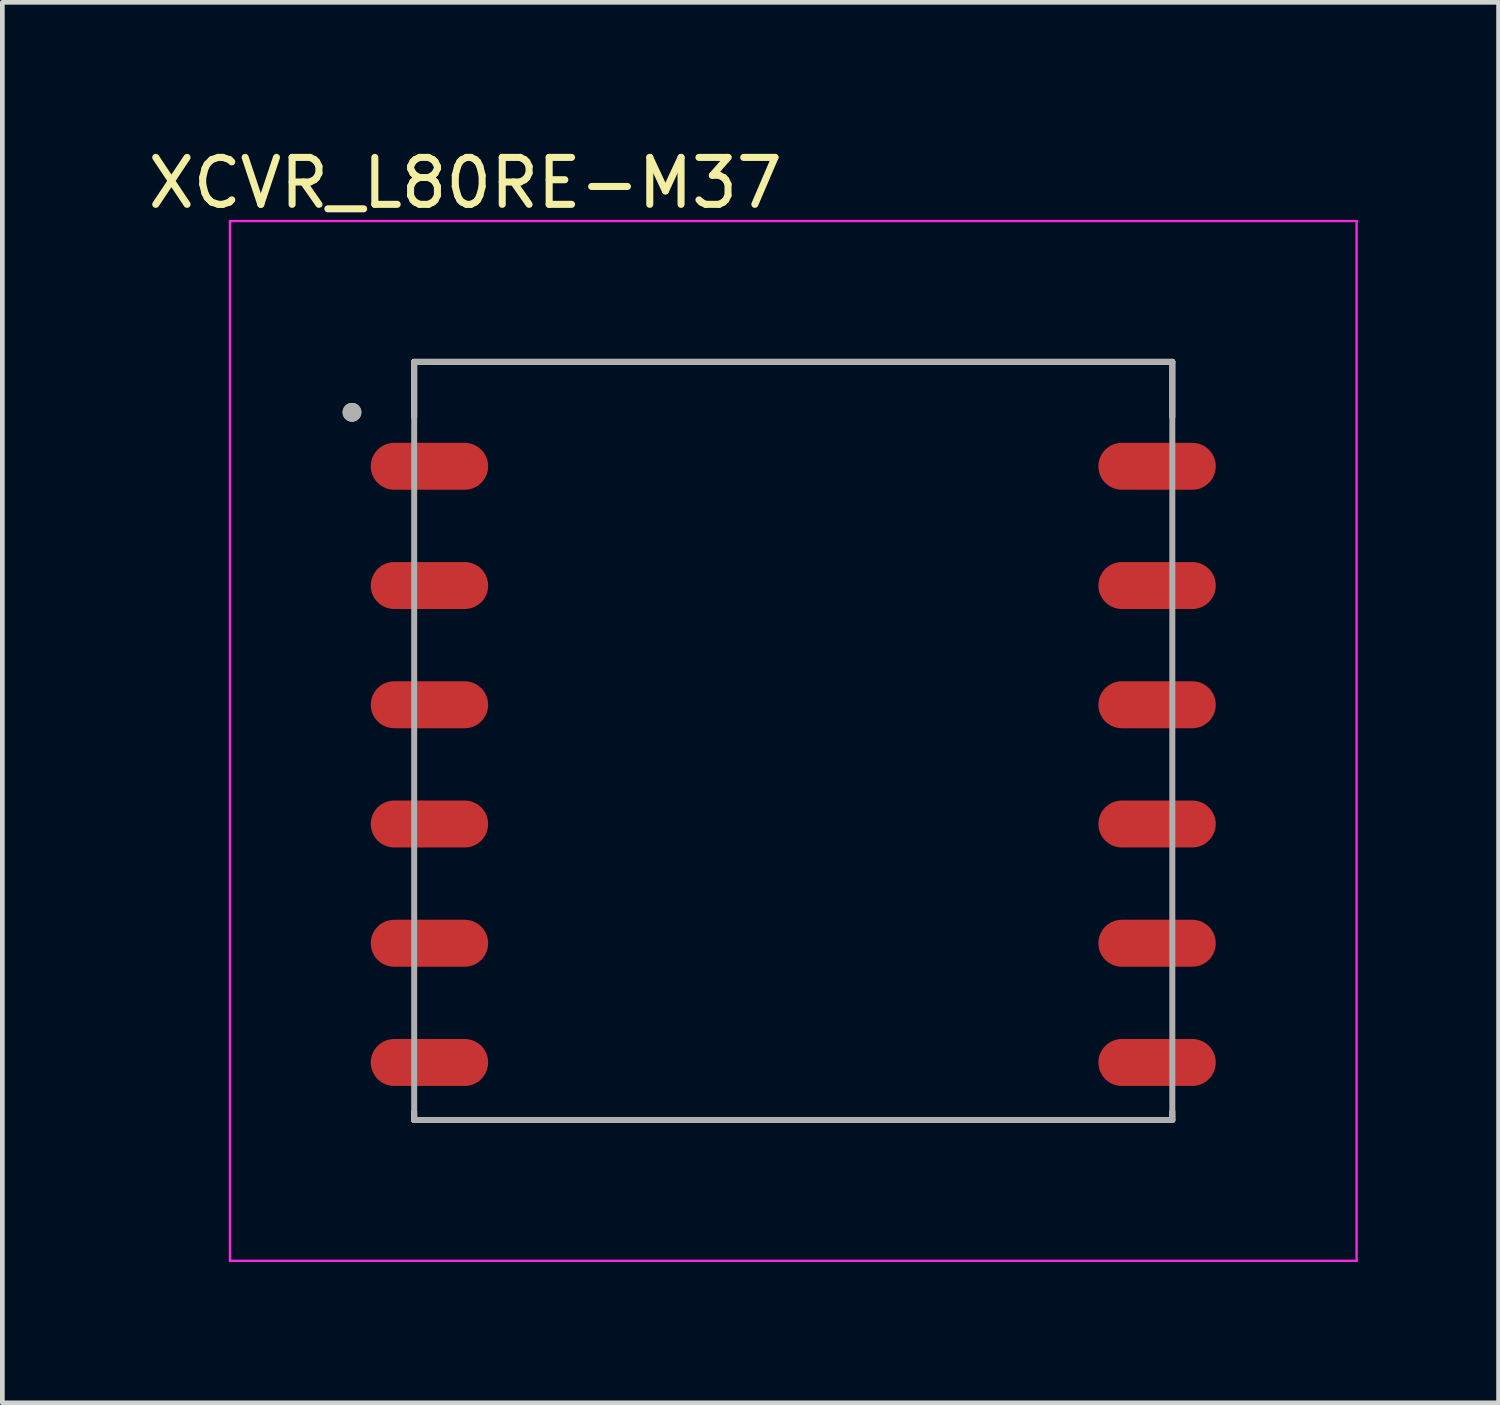
<source format=kicad_pcb>
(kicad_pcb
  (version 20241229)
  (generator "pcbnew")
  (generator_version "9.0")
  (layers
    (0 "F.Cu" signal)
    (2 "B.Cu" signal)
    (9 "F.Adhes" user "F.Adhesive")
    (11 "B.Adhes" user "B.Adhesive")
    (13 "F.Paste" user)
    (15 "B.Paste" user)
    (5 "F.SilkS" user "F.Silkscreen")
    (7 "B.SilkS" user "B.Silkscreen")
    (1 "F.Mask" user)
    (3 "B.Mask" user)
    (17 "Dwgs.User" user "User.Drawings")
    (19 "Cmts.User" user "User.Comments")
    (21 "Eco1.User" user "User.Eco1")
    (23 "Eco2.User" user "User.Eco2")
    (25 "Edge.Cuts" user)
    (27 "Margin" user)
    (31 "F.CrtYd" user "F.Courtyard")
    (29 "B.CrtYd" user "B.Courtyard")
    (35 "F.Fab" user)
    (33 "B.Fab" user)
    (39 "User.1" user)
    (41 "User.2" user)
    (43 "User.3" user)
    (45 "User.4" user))
  (footprint "XCVR_L80RE-M37"
    (layer "F.Cu")
    (at 13.848 13.233)
    (property "Reference" "XCVR_L80RE-M37" (at -6.985 -12.385 0) (layer "F.SilkS") (effects (font (size 1 1) (thickness 0.15))))
    (attr through_hole)
    (fp_line (start -8.075 -8.575) (end -8.075 -7.4) (stroke (width 0.127) (type solid)) (layer "F.SilkS"))
    (fp_line (start -8.075 -8.575) (end 8.075 -8.575) (stroke (width 0.127) (type solid)) (layer "F.SilkS"))
    (fp_line (start -8.075 7.575) (end -8.075 7.4) (stroke (width 0.127) (type solid)) (layer "F.SilkS"))
    (fp_line (start 8.075 -8.575) (end 8.075 -7.4) (stroke (width 0.127) (type solid)) (layer "F.SilkS"))
    (fp_line (start 8.075 7.575) (end -8.075 7.575) (stroke (width 0.127) (type solid)) (layer "F.SilkS"))
    (fp_line (start 8.075 7.575) (end 8.075 7.4) (stroke (width 0.127) (type solid)) (layer "F.SilkS"))
    (fp_circle (center -9.4 -7.5) (end -9.3 -7.5) (stroke (width 0.2) (type solid)) (fill no) (layer "F.SilkS"))
    (fp_poly (pts (xy -8 -6.85) (xy -7.1 -6.85) (xy -7.048 -6.847) (xy -6.996 -6.839) (xy -6.945 -6.826) (xy -6.897 -6.807) (xy -6.85 -6.783) (xy -6.806 -6.755) (xy -6.765 -6.722) (xy -6.728 -6.685) (xy -6.695 -6.644) (xy -6.667 -6.6) (xy -6.643 -6.553) (xy -6.624 -6.505) (xy -6.611 -6.454) (xy -6.603 -6.402) (xy -6.6 -6.35) (xy -6.603 -6.298) (xy -6.611 -6.246) (xy -6.624 -6.195) (xy -6.643 -6.147) (xy -6.667 -6.1) (xy -6.695 -6.056) (xy -6.728 -6.015) (xy -6.765 -5.978) (xy -6.806 -5.945) (xy -6.85 -5.917) (xy -6.897 -5.893) (xy -6.945 -5.874) (xy -6.996 -5.861) (xy -7.048 -5.853) (xy -7.1 -5.85) (xy -8.9 -5.85) (xy -8.952 -5.853) (xy -9.004 -5.861) (xy -9.055 -5.874) (xy -9.103 -5.893) (xy -9.15 -5.917) (xy -9.194 -5.945) (xy -9.235 -5.978) (xy -9.272 -6.015) (xy -9.305 -6.056) (xy -9.333 -6.1) (xy -9.357 -6.147) (xy -9.376 -6.195) (xy -9.389 -6.246) (xy -9.397 -6.298) (xy -9.4 -6.35) (xy -9.397 -6.402) (xy -9.389 -6.454) (xy -9.376 -6.505) (xy -9.357 -6.553) (xy -9.333 -6.6) (xy -9.305 -6.644) (xy -9.272 -6.685) (xy -9.235 -6.722) (xy -9.194 -6.755) (xy -9.15 -6.783) (xy -9.103 -6.807) (xy -9.055 -6.826) (xy -9.004 -6.839) (xy -8.952 -6.847) (xy -8.9 -6.85) (xy -8 -6.85)) (stroke (width 0.0001) (type solid)) (fill yes) (layer "F.Paste"))
    (fp_poly (pts (xy -8 -4.31) (xy -7.1 -4.31) (xy -7.048 -4.307) (xy -6.996 -4.299) (xy -6.945 -4.286) (xy -6.897 -4.267) (xy -6.85 -4.243) (xy -6.806 -4.215) (xy -6.765 -4.182) (xy -6.728 -4.145) (xy -6.695 -4.104) (xy -6.667 -4.06) (xy -6.643 -4.013) (xy -6.624 -3.965) (xy -6.611 -3.914) (xy -6.603 -3.862) (xy -6.6 -3.81) (xy -6.603 -3.758) (xy -6.611 -3.706) (xy -6.624 -3.655) (xy -6.643 -3.607) (xy -6.667 -3.56) (xy -6.695 -3.516) (xy -6.728 -3.475) (xy -6.765 -3.438) (xy -6.806 -3.405) (xy -6.85 -3.377) (xy -6.897 -3.353) (xy -6.945 -3.334) (xy -6.996 -3.321) (xy -7.048 -3.313) (xy -7.1 -3.31) (xy -8.9 -3.31) (xy -8.952 -3.313) (xy -9.004 -3.321) (xy -9.055 -3.334) (xy -9.103 -3.353) (xy -9.15 -3.377) (xy -9.194 -3.405) (xy -9.235 -3.438) (xy -9.272 -3.475) (xy -9.305 -3.516) (xy -9.333 -3.56) (xy -9.357 -3.607) (xy -9.376 -3.655) (xy -9.389 -3.706) (xy -9.397 -3.758) (xy -9.4 -3.81) (xy -9.397 -3.862) (xy -9.389 -3.914) (xy -9.376 -3.965) (xy -9.357 -4.013) (xy -9.333 -4.06) (xy -9.305 -4.104) (xy -9.272 -4.145) (xy -9.235 -4.182) (xy -9.194 -4.215) (xy -9.15 -4.243) (xy -9.103 -4.267) (xy -9.055 -4.286) (xy -9.004 -4.299) (xy -8.952 -4.307) (xy -8.9 -4.31) (xy -8 -4.31)) (stroke (width 0.0001) (type solid)) (fill yes) (layer "F.Paste"))
    (fp_poly (pts (xy -8 -1.77) (xy -7.1 -1.77) (xy -7.048 -1.767) (xy -6.996 -1.759) (xy -6.945 -1.746) (xy -6.897 -1.727) (xy -6.85 -1.703) (xy -6.806 -1.675) (xy -6.765 -1.642) (xy -6.728 -1.605) (xy -6.695 -1.564) (xy -6.667 -1.52) (xy -6.643 -1.473) (xy -6.624 -1.425) (xy -6.611 -1.374) (xy -6.603 -1.322) (xy -6.6 -1.27) (xy -6.603 -1.218) (xy -6.611 -1.166) (xy -6.624 -1.115) (xy -6.643 -1.067) (xy -6.667 -1.02) (xy -6.695 -0.976) (xy -6.728 -0.935) (xy -6.765 -0.898) (xy -6.806 -0.865) (xy -6.85 -0.837) (xy -6.897 -0.813) (xy -6.945 -0.794) (xy -6.996 -0.781) (xy -7.048 -0.773) (xy -7.1 -0.77) (xy -8.9 -0.77) (xy -8.952 -0.773) (xy -9.004 -0.781) (xy -9.055 -0.794) (xy -9.103 -0.813) (xy -9.15 -0.837) (xy -9.194 -0.865) (xy -9.235 -0.898) (xy -9.272 -0.935) (xy -9.305 -0.976) (xy -9.333 -1.02) (xy -9.357 -1.067) (xy -9.376 -1.115) (xy -9.389 -1.166) (xy -9.397 -1.218) (xy -9.4 -1.27) (xy -9.397 -1.322) (xy -9.389 -1.374) (xy -9.376 -1.425) (xy -9.357 -1.473) (xy -9.333 -1.52) (xy -9.305 -1.564) (xy -9.272 -1.605) (xy -9.235 -1.642) (xy -9.194 -1.675) (xy -9.15 -1.703) (xy -9.103 -1.727) (xy -9.055 -1.746) (xy -9.004 -1.759) (xy -8.952 -1.767) (xy -8.9 -1.77) (xy -8 -1.77)) (stroke (width 0.0001) (type solid)) (fill yes) (layer "F.Paste"))
    (fp_poly (pts (xy -8 0.77) (xy -7.1 0.77) (xy -7.048 0.773) (xy -6.996 0.781) (xy -6.945 0.794) (xy -6.897 0.813) (xy -6.85 0.837) (xy -6.806 0.865) (xy -6.765 0.898) (xy -6.728 0.935) (xy -6.695 0.976) (xy -6.667 1.02) (xy -6.643 1.067) (xy -6.624 1.115) (xy -6.611 1.166) (xy -6.603 1.218) (xy -6.6 1.27) (xy -6.603 1.322) (xy -6.611 1.374) (xy -6.624 1.425) (xy -6.643 1.473) (xy -6.667 1.52) (xy -6.695 1.564) (xy -6.728 1.605) (xy -6.765 1.642) (xy -6.806 1.675) (xy -6.85 1.703) (xy -6.897 1.727) (xy -6.945 1.746) (xy -6.996 1.759) (xy -7.048 1.767) (xy -7.1 1.77) (xy -8.9 1.77) (xy -8.952 1.767) (xy -9.004 1.759) (xy -9.055 1.746) (xy -9.103 1.727) (xy -9.15 1.703) (xy -9.194 1.675) (xy -9.235 1.642) (xy -9.272 1.605) (xy -9.305 1.564) (xy -9.333 1.52) (xy -9.357 1.473) (xy -9.376 1.425) (xy -9.389 1.374) (xy -9.397 1.322) (xy -9.4 1.27) (xy -9.397 1.218) (xy -9.389 1.166) (xy -9.376 1.115) (xy -9.357 1.067) (xy -9.333 1.02) (xy -9.305 0.976) (xy -9.272 0.935) (xy -9.235 0.898) (xy -9.194 0.865) (xy -9.15 0.837) (xy -9.103 0.813) (xy -9.055 0.794) (xy -9.004 0.781) (xy -8.952 0.773) (xy -8.9 0.77) (xy -8 0.77)) (stroke (width 0.0001) (type solid)) (fill yes) (layer "F.Paste"))
    (fp_poly (pts (xy -8 3.31) (xy -7.1 3.31) (xy -7.048 3.313) (xy -6.996 3.321) (xy -6.945 3.334) (xy -6.897 3.353) (xy -6.85 3.377) (xy -6.806 3.405) (xy -6.765 3.438) (xy -6.728 3.475) (xy -6.695 3.516) (xy -6.667 3.56) (xy -6.643 3.607) (xy -6.624 3.655) (xy -6.611 3.706) (xy -6.603 3.758) (xy -6.6 3.81) (xy -6.603 3.862) (xy -6.611 3.914) (xy -6.624 3.965) (xy -6.643 4.013) (xy -6.667 4.06) (xy -6.695 4.104) (xy -6.728 4.145) (xy -6.765 4.182) (xy -6.806 4.215) (xy -6.85 4.243) (xy -6.897 4.267) (xy -6.945 4.286) (xy -6.996 4.299) (xy -7.048 4.307) (xy -7.1 4.31) (xy -8.9 4.31) (xy -8.952 4.307) (xy -9.004 4.299) (xy -9.055 4.286) (xy -9.103 4.267) (xy -9.15 4.243) (xy -9.194 4.215) (xy -9.235 4.182) (xy -9.272 4.145) (xy -9.305 4.104) (xy -9.333 4.06) (xy -9.357 4.013) (xy -9.376 3.965) (xy -9.389 3.914) (xy -9.397 3.862) (xy -9.4 3.81) (xy -9.397 3.758) (xy -9.389 3.706) (xy -9.376 3.655) (xy -9.357 3.607) (xy -9.333 3.56) (xy -9.305 3.516) (xy -9.272 3.475) (xy -9.235 3.438) (xy -9.194 3.405) (xy -9.15 3.377) (xy -9.103 3.353) (xy -9.055 3.334) (xy -9.004 3.321) (xy -8.952 3.313) (xy -8.9 3.31) (xy -8 3.31)) (stroke (width 0.0001) (type solid)) (fill yes) (layer "F.Paste"))
    (fp_poly (pts (xy -8 5.85) (xy -7.1 5.85) (xy -7.048 5.853) (xy -6.996 5.861) (xy -6.945 5.874) (xy -6.897 5.893) (xy -6.85 5.917) (xy -6.806 5.945) (xy -6.765 5.978) (xy -6.728 6.015) (xy -6.695 6.056) (xy -6.667 6.1) (xy -6.643 6.147) (xy -6.624 6.195) (xy -6.611 6.246) (xy -6.603 6.298) (xy -6.6 6.35) (xy -6.603 6.402) (xy -6.611 6.454) (xy -6.624 6.505) (xy -6.643 6.553) (xy -6.667 6.6) (xy -6.695 6.644) (xy -6.728 6.685) (xy -6.765 6.722) (xy -6.806 6.755) (xy -6.85 6.783) (xy -6.897 6.807) (xy -6.945 6.826) (xy -6.996 6.839) (xy -7.048 6.847) (xy -7.1 6.85) (xy -8.9 6.85) (xy -8.952 6.847) (xy -9.004 6.839) (xy -9.055 6.826) (xy -9.103 6.807) (xy -9.15 6.783) (xy -9.194 6.755) (xy -9.235 6.722) (xy -9.272 6.685) (xy -9.305 6.644) (xy -9.333 6.6) (xy -9.357 6.553) (xy -9.376 6.505) (xy -9.389 6.454) (xy -9.397 6.402) (xy -9.4 6.35) (xy -9.397 6.298) (xy -9.389 6.246) (xy -9.376 6.195) (xy -9.357 6.147) (xy -9.333 6.1) (xy -9.305 6.056) (xy -9.272 6.015) (xy -9.235 5.978) (xy -9.194 5.945) (xy -9.15 5.917) (xy -9.103 5.893) (xy -9.055 5.874) (xy -9.004 5.861) (xy -8.952 5.853) (xy -8.9 5.85) (xy -8 5.85)) (stroke (width 0.0001) (type solid)) (fill yes) (layer "F.Paste"))
    (fp_poly (pts (xy 8 -6.85) (xy 8.9 -6.85) (xy 8.952 -6.847) (xy 9.004 -6.839) (xy 9.055 -6.826) (xy 9.103 -6.807) (xy 9.15 -6.783) (xy 9.194 -6.755) (xy 9.235 -6.722) (xy 9.272 -6.685) (xy 9.305 -6.644) (xy 9.333 -6.6) (xy 9.357 -6.553) (xy 9.376 -6.505) (xy 9.389 -6.454) (xy 9.397 -6.402) (xy 9.4 -6.35) (xy 9.397 -6.298) (xy 9.389 -6.246) (xy 9.376 -6.195) (xy 9.357 -6.147) (xy 9.333 -6.1) (xy 9.305 -6.056) (xy 9.272 -6.015) (xy 9.235 -5.978) (xy 9.194 -5.945) (xy 9.15 -5.917) (xy 9.103 -5.893) (xy 9.055 -5.874) (xy 9.004 -5.861) (xy 8.952 -5.853) (xy 8.9 -5.85) (xy 7.1 -5.85) (xy 7.048 -5.853) (xy 6.996 -5.861) (xy 6.945 -5.874) (xy 6.897 -5.893) (xy 6.85 -5.917) (xy 6.806 -5.945) (xy 6.765 -5.978) (xy 6.728 -6.015) (xy 6.695 -6.056) (xy 6.667 -6.1) (xy 6.643 -6.147) (xy 6.624 -6.195) (xy 6.611 -6.246) (xy 6.603 -6.298) (xy 6.6 -6.35) (xy 6.603 -6.402) (xy 6.611 -6.454) (xy 6.624 -6.505) (xy 6.643 -6.553) (xy 6.667 -6.6) (xy 6.695 -6.644) (xy 6.728 -6.685) (xy 6.765 -6.722) (xy 6.806 -6.755) (xy 6.85 -6.783) (xy 6.897 -6.807) (xy 6.945 -6.826) (xy 6.996 -6.839) (xy 7.048 -6.847) (xy 7.1 -6.85) (xy 8 -6.85)) (stroke (width 0.0001) (type solid)) (fill yes) (layer "F.Paste"))
    (fp_poly (pts (xy 8 -4.31) (xy 8.9 -4.31) (xy 8.952 -4.307) (xy 9.004 -4.299) (xy 9.055 -4.286) (xy 9.103 -4.267) (xy 9.15 -4.243) (xy 9.194 -4.215) (xy 9.235 -4.182) (xy 9.272 -4.145) (xy 9.305 -4.104) (xy 9.333 -4.06) (xy 9.357 -4.013) (xy 9.376 -3.965) (xy 9.389 -3.914) (xy 9.397 -3.862) (xy 9.4 -3.81) (xy 9.397 -3.758) (xy 9.389 -3.706) (xy 9.376 -3.655) (xy 9.357 -3.607) (xy 9.333 -3.56) (xy 9.305 -3.516) (xy 9.272 -3.475) (xy 9.235 -3.438) (xy 9.194 -3.405) (xy 9.15 -3.377) (xy 9.103 -3.353) (xy 9.055 -3.334) (xy 9.004 -3.321) (xy 8.952 -3.313) (xy 8.9 -3.31) (xy 7.1 -3.31) (xy 7.048 -3.313) (xy 6.996 -3.321) (xy 6.945 -3.334) (xy 6.897 -3.353) (xy 6.85 -3.377) (xy 6.806 -3.405) (xy 6.765 -3.438) (xy 6.728 -3.475) (xy 6.695 -3.516) (xy 6.667 -3.56) (xy 6.643 -3.607) (xy 6.624 -3.655) (xy 6.611 -3.706) (xy 6.603 -3.758) (xy 6.6 -3.81) (xy 6.603 -3.862) (xy 6.611 -3.914) (xy 6.624 -3.965) (xy 6.643 -4.013) (xy 6.667 -4.06) (xy 6.695 -4.104) (xy 6.728 -4.145) (xy 6.765 -4.182) (xy 6.806 -4.215) (xy 6.85 -4.243) (xy 6.897 -4.267) (xy 6.945 -4.286) (xy 6.996 -4.299) (xy 7.048 -4.307) (xy 7.1 -4.31) (xy 8 -4.31)) (stroke (width 0.0001) (type solid)) (fill yes) (layer "F.Paste"))
    (fp_poly (pts (xy 8 -1.77) (xy 8.9 -1.77) (xy 8.952 -1.767) (xy 9.004 -1.759) (xy 9.055 -1.746) (xy 9.103 -1.727) (xy 9.15 -1.703) (xy 9.194 -1.675) (xy 9.235 -1.642) (xy 9.272 -1.605) (xy 9.305 -1.564) (xy 9.333 -1.52) (xy 9.357 -1.473) (xy 9.376 -1.425) (xy 9.389 -1.374) (xy 9.397 -1.322) (xy 9.4 -1.27) (xy 9.397 -1.218) (xy 9.389 -1.166) (xy 9.376 -1.115) (xy 9.357 -1.067) (xy 9.333 -1.02) (xy 9.305 -0.976) (xy 9.272 -0.935) (xy 9.235 -0.898) (xy 9.194 -0.865) (xy 9.15 -0.837) (xy 9.103 -0.813) (xy 9.055 -0.794) (xy 9.004 -0.781) (xy 8.952 -0.773) (xy 8.9 -0.77) (xy 7.1 -0.77) (xy 7.048 -0.773) (xy 6.996 -0.781) (xy 6.945 -0.794) (xy 6.897 -0.813) (xy 6.85 -0.837) (xy 6.806 -0.865) (xy 6.765 -0.898) (xy 6.728 -0.935) (xy 6.695 -0.976) (xy 6.667 -1.02) (xy 6.643 -1.067) (xy 6.624 -1.115) (xy 6.611 -1.166) (xy 6.603 -1.218) (xy 6.6 -1.27) (xy 6.603 -1.322) (xy 6.611 -1.374) (xy 6.624 -1.425) (xy 6.643 -1.473) (xy 6.667 -1.52) (xy 6.695 -1.564) (xy 6.728 -1.605) (xy 6.765 -1.642) (xy 6.806 -1.675) (xy 6.85 -1.703) (xy 6.897 -1.727) (xy 6.945 -1.746) (xy 6.996 -1.759) (xy 7.048 -1.767) (xy 7.1 -1.77) (xy 8 -1.77)) (stroke (width 0.0001) (type solid)) (fill yes) (layer "F.Paste"))
    (fp_poly (pts (xy 8 0.77) (xy 8.9 0.77) (xy 8.952 0.773) (xy 9.004 0.781) (xy 9.055 0.794) (xy 9.103 0.813) (xy 9.15 0.837) (xy 9.194 0.865) (xy 9.235 0.898) (xy 9.272 0.935) (xy 9.305 0.976) (xy 9.333 1.02) (xy 9.357 1.067) (xy 9.376 1.115) (xy 9.389 1.166) (xy 9.397 1.218) (xy 9.4 1.27) (xy 9.397 1.322) (xy 9.389 1.374) (xy 9.376 1.425) (xy 9.357 1.473) (xy 9.333 1.52) (xy 9.305 1.564) (xy 9.272 1.605) (xy 9.235 1.642) (xy 9.194 1.675) (xy 9.15 1.703) (xy 9.103 1.727) (xy 9.055 1.746) (xy 9.004 1.759) (xy 8.952 1.767) (xy 8.9 1.77) (xy 7.1 1.77) (xy 7.048 1.767) (xy 6.996 1.759) (xy 6.945 1.746) (xy 6.897 1.727) (xy 6.85 1.703) (xy 6.806 1.675) (xy 6.765 1.642) (xy 6.728 1.605) (xy 6.695 1.564) (xy 6.667 1.52) (xy 6.643 1.473) (xy 6.624 1.425) (xy 6.611 1.374) (xy 6.603 1.322) (xy 6.6 1.27) (xy 6.603 1.218) (xy 6.611 1.166) (xy 6.624 1.115) (xy 6.643 1.067) (xy 6.667 1.02) (xy 6.695 0.976) (xy 6.728 0.935) (xy 6.765 0.898) (xy 6.806 0.865) (xy 6.85 0.837) (xy 6.897 0.813) (xy 6.945 0.794) (xy 6.996 0.781) (xy 7.048 0.773) (xy 7.1 0.77) (xy 8 0.77)) (stroke (width 0.0001) (type solid)) (fill yes) (layer "F.Paste"))
    (fp_poly (pts (xy 8 3.31) (xy 8.9 3.31) (xy 8.952 3.313) (xy 9.004 3.321) (xy 9.055 3.334) (xy 9.103 3.353) (xy 9.15 3.377) (xy 9.194 3.405) (xy 9.235 3.438) (xy 9.272 3.475) (xy 9.305 3.516) (xy 9.333 3.56) (xy 9.357 3.607) (xy 9.376 3.655) (xy 9.389 3.706) (xy 9.397 3.758) (xy 9.4 3.81) (xy 9.397 3.862) (xy 9.389 3.914) (xy 9.376 3.965) (xy 9.357 4.013) (xy 9.333 4.06) (xy 9.305 4.104) (xy 9.272 4.145) (xy 9.235 4.182) (xy 9.194 4.215) (xy 9.15 4.243) (xy 9.103 4.267) (xy 9.055 4.286) (xy 9.004 4.299) (xy 8.952 4.307) (xy 8.9 4.31) (xy 7.1 4.31) (xy 7.048 4.307) (xy 6.996 4.299) (xy 6.945 4.286) (xy 6.897 4.267) (xy 6.85 4.243) (xy 6.806 4.215) (xy 6.765 4.182) (xy 6.728 4.145) (xy 6.695 4.104) (xy 6.667 4.06) (xy 6.643 4.013) (xy 6.624 3.965) (xy 6.611 3.914) (xy 6.603 3.862) (xy 6.6 3.81) (xy 6.603 3.758) (xy 6.611 3.706) (xy 6.624 3.655) (xy 6.643 3.607) (xy 6.667 3.56) (xy 6.695 3.516) (xy 6.728 3.475) (xy 6.765 3.438) (xy 6.806 3.405) (xy 6.85 3.377) (xy 6.897 3.353) (xy 6.945 3.334) (xy 6.996 3.321) (xy 7.048 3.313) (xy 7.1 3.31) (xy 8 3.31)) (stroke (width 0.0001) (type solid)) (fill yes) (layer "F.Paste"))
    (fp_poly (pts (xy 8 5.85) (xy 8.9 5.85) (xy 8.952 5.853) (xy 9.004 5.861) (xy 9.055 5.874) (xy 9.103 5.893) (xy 9.15 5.917) (xy 9.194 5.945) (xy 9.235 5.978) (xy 9.272 6.015) (xy 9.305 6.056) (xy 9.333 6.1) (xy 9.357 6.147) (xy 9.376 6.195) (xy 9.389 6.246) (xy 9.397 6.298) (xy 9.4 6.35) (xy 9.397 6.402) (xy 9.389 6.454) (xy 9.376 6.505) (xy 9.357 6.553) (xy 9.333 6.6) (xy 9.305 6.644) (xy 9.272 6.685) (xy 9.235 6.722) (xy 9.194 6.755) (xy 9.15 6.783) (xy 9.103 6.807) (xy 9.055 6.826) (xy 9.004 6.839) (xy 8.952 6.847) (xy 8.9 6.85) (xy 7.1 6.85) (xy 7.048 6.847) (xy 6.996 6.839) (xy 6.945 6.826) (xy 6.897 6.807) (xy 6.85 6.783) (xy 6.806 6.755) (xy 6.765 6.722) (xy 6.728 6.685) (xy 6.695 6.644) (xy 6.667 6.6) (xy 6.643 6.553) (xy 6.624 6.505) (xy 6.611 6.454) (xy 6.603 6.402) (xy 6.6 6.35) (xy 6.603 6.298) (xy 6.611 6.246) (xy 6.624 6.195) (xy 6.643 6.147) (xy 6.667 6.1) (xy 6.695 6.056) (xy 6.728 6.015) (xy 6.765 5.978) (xy 6.806 5.945) (xy 6.85 5.917) (xy 6.897 5.893) (xy 6.945 5.874) (xy 6.996 5.861) (xy 7.048 5.853) (xy 7.1 5.85) (xy 8 5.85)) (stroke (width 0.0001) (type solid)) (fill yes) (layer "F.Paste"))
    (fp_line (start -12 -11.575) (end 12 -11.575) (stroke (width 0.05) (type solid)) (layer "F.CrtYd"))
    (fp_line (start -12 10.575) (end -12 -11.575) (stroke (width 0.05) (type solid)) (layer "F.CrtYd"))
    (fp_line (start 12 -11.575) (end 12 10.575) (stroke (width 0.05) (type solid)) (layer "F.CrtYd"))
    (fp_line (start 12 10.575) (end -12 10.575) (stroke (width 0.05) (type solid)) (layer "F.CrtYd"))
    (fp_line (start -8.075 -8.575) (end 8.075 -8.575) (stroke (width 0.127) (type solid)) (layer "F.Fab"))
    (fp_line (start -8.075 7.575) (end -8.075 -8.575) (stroke (width 0.127) (type solid)) (layer "F.Fab"))
    (fp_line (start 8.075 -8.575) (end 8.075 7.575) (stroke (width 0.127) (type solid)) (layer "F.Fab"))
    (fp_line (start 8.075 7.575) (end -8.075 7.575) (stroke (width 0.127) (type solid)) (layer "F.Fab"))
    (fp_circle (center -9.4 -7.5) (end -9.3 -7.5) (stroke (width 0.2) (type solid)) (fill no) (layer "F.Fab"))
    (pad "1" smd oval (at -7.75 -6.35) (size 2.5 1) (layers "F.Cu" "F.Mask"))
    (pad "2" smd oval (at -7.75 -3.81) (size 2.5 1) (layers "F.Cu" "F.Mask"))
    (pad "3" smd oval (at -7.75 -1.27) (size 2.5 1) (layers "F.Cu" "F.Mask"))
    (pad "4" smd oval (at -7.75 1.27) (size 2.5 1) (layers "F.Cu" "F.Mask"))
    (pad "5" smd oval (at -7.75 3.81) (size 2.5 1) (layers "F.Cu" "F.Mask"))
    (pad "6" smd oval (at -7.75 6.35) (size 2.5 1) (layers "F.Cu" "F.Mask"))
    (pad "7" smd oval (at 7.75 6.35) (size 2.5 1) (layers "F.Cu" "F.Mask"))
    (pad "8" smd oval (at 7.75 3.81) (size 2.5 1) (layers "F.Cu" "F.Mask"))
    (pad "9" smd oval (at 7.75 1.27) (size 2.5 1) (layers "F.Cu" "F.Mask"))
    (pad "10" smd oval (at 7.75 -1.27) (size 2.5 1) (layers "F.Cu" "F.Mask"))
    (pad "11" smd oval (at 7.75 -3.81) (size 2.5 1) (layers "F.Cu" "F.Mask"))
    (pad "12" smd oval (at 7.75 -6.35) (size 2.5 1) (layers "F.Cu" "F.Mask")))
  (gr_rect
    (start -3 -3)
    (end 28.873 26.833)
    (stroke (width 0.1) (type default))
    (fill no)
    (layer "Edge.Cuts")))
</source>
